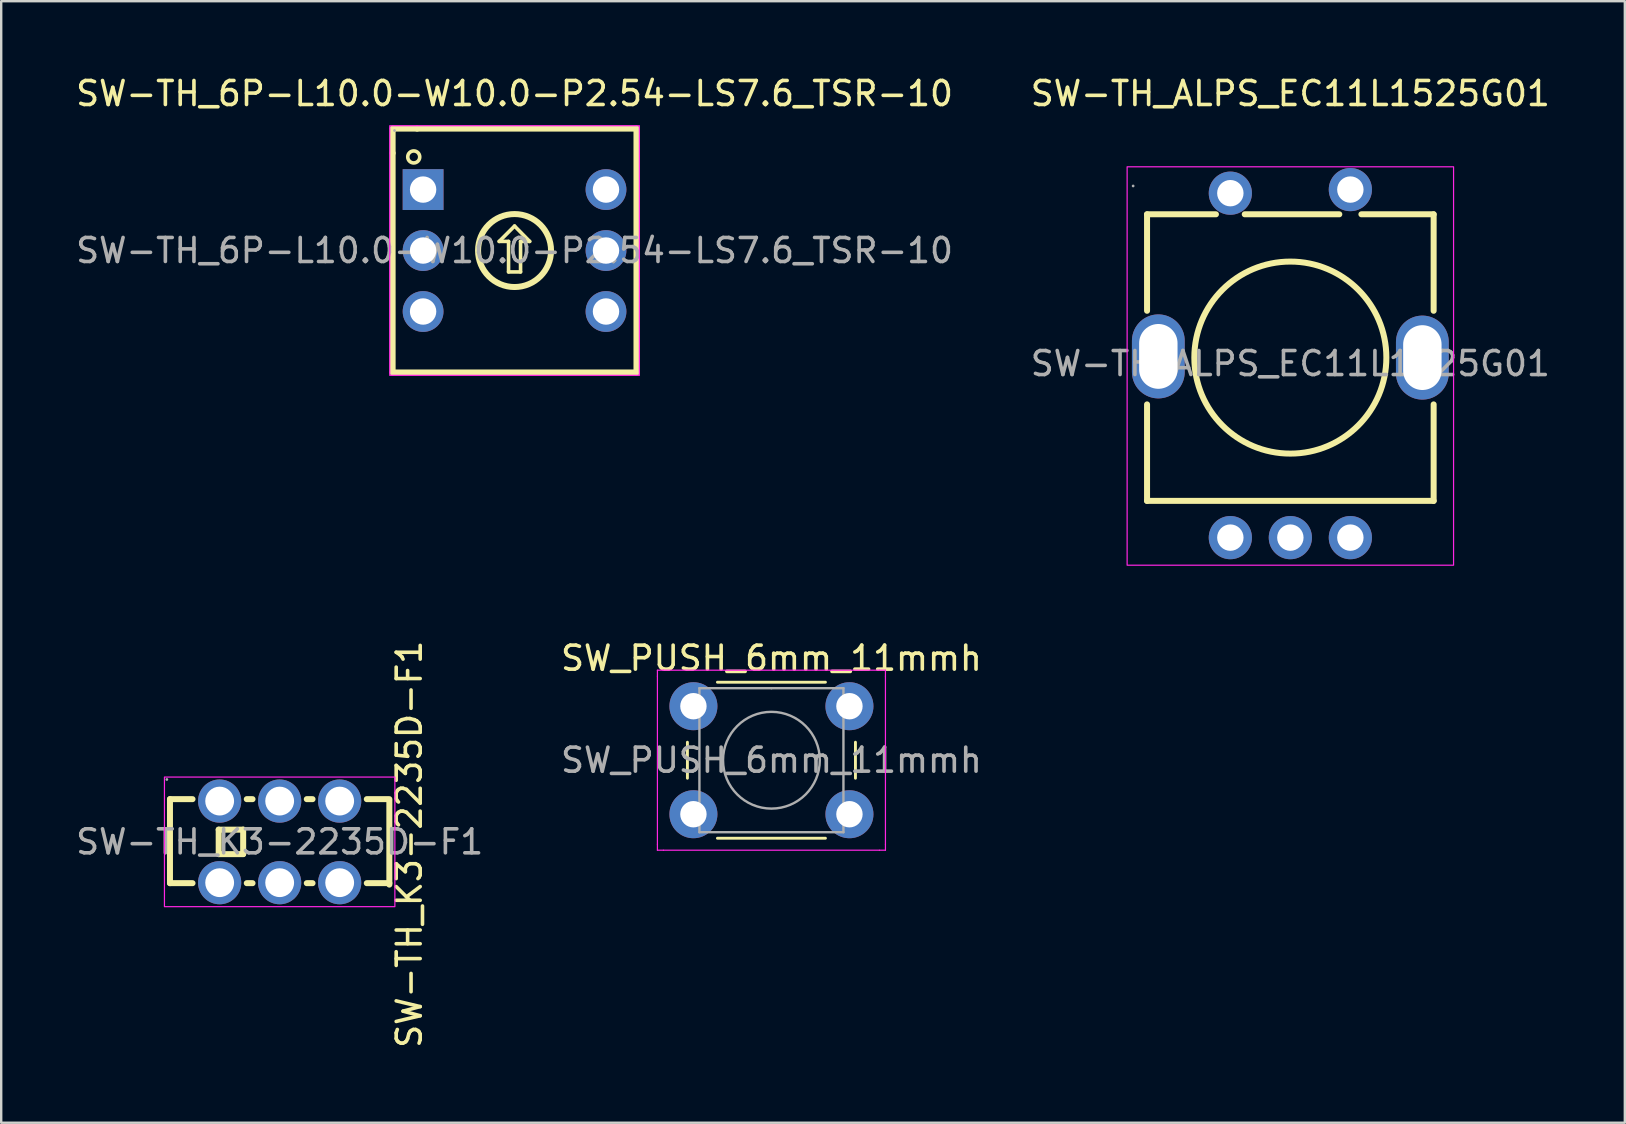
<source format=kicad_pcb>
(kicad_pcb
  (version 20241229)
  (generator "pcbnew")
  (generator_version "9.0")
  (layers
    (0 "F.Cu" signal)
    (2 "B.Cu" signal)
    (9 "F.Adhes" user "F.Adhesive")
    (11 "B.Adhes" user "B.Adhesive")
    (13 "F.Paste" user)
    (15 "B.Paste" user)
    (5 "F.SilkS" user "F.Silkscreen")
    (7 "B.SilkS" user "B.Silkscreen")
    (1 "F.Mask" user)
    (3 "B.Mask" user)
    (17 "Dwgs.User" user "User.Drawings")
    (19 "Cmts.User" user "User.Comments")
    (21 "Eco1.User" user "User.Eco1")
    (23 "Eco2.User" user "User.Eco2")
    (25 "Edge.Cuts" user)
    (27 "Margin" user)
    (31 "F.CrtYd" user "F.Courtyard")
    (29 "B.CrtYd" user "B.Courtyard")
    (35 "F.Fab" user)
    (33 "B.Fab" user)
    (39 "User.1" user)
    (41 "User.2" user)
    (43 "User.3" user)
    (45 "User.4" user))
  (footprint "SW-TH_K3-2235D-F1"
    (layer "F.Cu")
    (at 8.601 32.024)
    (property "Reference" "SW-TH_K3-2235D-F1" (at 5.4 0.1 90) (layer "F.SilkS") (effects (font (size 1 1) (thickness 0.15))))
    (attr through_hole)
    (fp_line (start -4.57 -1.78) (end -3.63 -1.78) (stroke (width 0.25) (type solid)) (layer "F.SilkS"))
    (fp_line (start -4.57 1.72) (end -4.57 -1.78) (stroke (width 0.25) (type solid)) (layer "F.SilkS"))
    (fp_line (start -4.57 1.72) (end -3.63 1.72) (stroke (width 0.25) (type solid)) (layer "F.SilkS"))
    (fp_line (start -2.54 -0.51) (end -1.52 -0.51) (stroke (width 0.25) (type solid)) (layer "F.SilkS"))
    (fp_line (start -2.54 0.51) (end -2.54 -0.51) (stroke (width 0.25) (type solid)) (layer "F.SilkS"))
    (fp_line (start -1.52 -0.51) (end -1.52 0.51) (stroke (width 0.25) (type solid)) (layer "F.SilkS"))
    (fp_line (start -1.52 0.51) (end -2.54 0.51) (stroke (width 0.25) (type solid)) (layer "F.SilkS"))
    (fp_line (start -1.37 -1.78) (end -1.13 -1.78) (stroke (width 0.25) (type solid)) (layer "F.SilkS"))
    (fp_line (start -1.37 1.72) (end -1.13 1.72) (stroke (width 0.25) (type solid)) (layer "F.SilkS"))
    (fp_line (start 1.13 -1.78) (end 1.37 -1.78) (stroke (width 0.25) (type solid)) (layer "F.SilkS"))
    (fp_line (start 1.13 1.72) (end 1.37 1.72) (stroke (width 0.25) (type solid)) (layer "F.SilkS"))
    (fp_line (start 3.63 -1.78) (end 4.57 -1.78) (stroke (width 0.25) (type solid)) (layer "F.SilkS"))
    (fp_line (start 3.63 1.72) (end 4.57 1.72) (stroke (width 0.25) (type solid)) (layer "F.SilkS"))
    (fp_line (start 4.57 -1.72) (end 4.57 1.78) (stroke (width 0.25) (type solid)) (layer "F.SilkS"))
    (fp_rect (start -4.8 -2.7) (end 4.8 2.7) (stroke (width 0.05) (type default)) (fill no) (layer "F.CrtYd"))
    (fp_circle (center -4.7 -2.6) (end -4.67 -2.6) (stroke (width 0.06) (type solid)) (fill no) (layer "F.Fab"))
    (fp_circle (center -2.5 -1.7) (end -2.25 -1.7) (stroke (width 0.5) (type solid)) (fill no) (layer "F.Fab"))
    (fp_circle (center -2.5 1.7) (end -2.25 1.7) (stroke (width 0.5) (type solid)) (fill no) (layer "F.Fab"))
    (fp_circle (center 0 -1.7) (end 0.25 -1.7) (stroke (width 0.5) (type solid)) (fill no) (layer "F.Fab"))
    (fp_circle (center 0 1.7) (end 0.25 1.7) (stroke (width 0.5) (type solid)) (fill no) (layer "F.Fab"))
    (fp_circle (center 2.5 -1.7) (end 2.75 -1.7) (stroke (width 0.5) (type solid)) (fill no) (layer "F.Fab"))
    (fp_circle (center 2.5 1.7) (end 2.75 1.7) (stroke (width 0.5) (type solid)) (fill no) (layer "F.Fab"))
    (fp_text user "${REFERENCE}" (at 0 0 0) (layer "F.Fab") (effects (font (size 1 1) (thickness 0.15))))
    (pad "1" thru_hole circle (at -2.5 -1.7 180) (size 1.8 1.8) (drill 1.2) (layers "*.Cu" "*.Paste" "*.Mask"))
    (pad "2" thru_hole circle (at 0 -1.7 180) (size 1.8 1.8) (drill 1.2) (layers "*.Cu" "*.Paste" "*.Mask"))
    (pad "3" thru_hole circle (at 2.5 -1.7 180) (size 1.8 1.8) (drill 1.2) (layers "*.Cu" "*.Paste" "*.Mask"))
    (pad "4" thru_hole circle (at -2.5 1.7 180) (size 1.8 1.8) (drill 1.2) (layers "*.Cu" "*.Paste" "*.Mask"))
    (pad "5" thru_hole circle (at 0 1.7 180) (size 1.8 1.8) (drill 1.2) (layers "*.Cu" "*.Paste" "*.Mask"))
    (pad "6" thru_hole circle (at 2.5 1.7 180) (size 1.8 1.8) (drill 1.2) (layers "*.Cu" "*.Paste" "*.Mask")))
  (footprint "SW-TH_6P-L10.0-W10.0-P2.54-LS7.6_TSR-10"
    (layer "F.Cu")
    (at 18.387 7.388)
    (property "Reference" "SW-TH_6P-L10.0-W10.0-P2.54-LS7.6_TSR-10" (at 0 -6.54 0) (layer "F.SilkS") (effects (font (size 1 1) (thickness 0.15))))
    (attr through_hole)
    (fp_line (start -5.08 -5.08) (end -5.08 -4.06) (stroke (width 0.25) (type solid)) (layer "F.SilkS"))
    (fp_line (start -5.08 -4.06) (end -5.08 5.08) (stroke (width 0.25) (type solid)) (layer "F.SilkS"))
    (fp_line (start -5.08 5.08) (end 5.08 5.08) (stroke (width 0.25) (type solid)) (layer "F.SilkS"))
    (fp_line (start -4.06 -5.08) (end -5.08 -5.08) (stroke (width 0.25) (type solid)) (layer "F.SilkS"))
    (fp_line (start -0.64 -0.38) (end -0.25 -0.38) (stroke (width 0.15) (type solid)) (layer "F.SilkS"))
    (fp_line (start -0.25 -0.38) (end -0.25 0.89) (stroke (width 0.15) (type solid)) (layer "F.SilkS"))
    (fp_line (start -0.25 0.89) (end 0.25 0.89) (stroke (width 0.15) (type solid)) (layer "F.SilkS"))
    (fp_line (start 0 -1.02) (end -0.64 -0.38) (stroke (width 0.15) (type solid)) (layer "F.SilkS"))
    (fp_line (start 0 -1.02) (end 0.63 -0.38) (stroke (width 0.15) (type solid)) (layer "F.SilkS"))
    (fp_line (start 0.25 0.89) (end 0.25 -0.38) (stroke (width 0.15) (type solid)) (layer "F.SilkS"))
    (fp_line (start 0.63 -0.38) (end 0.25 -0.38) (stroke (width 0.15) (type solid)) (layer "F.SilkS"))
    (fp_line (start 5.08 -5.08) (end -4.06 -5.08) (stroke (width 0.25) (type solid)) (layer "F.SilkS"))
    (fp_line (start 5.08 5.08) (end 5.08 -5.08) (stroke (width 0.25) (type solid)) (layer "F.SilkS"))
    (fp_circle (center -4.2 -3.9) (end -3.95 -3.9) (stroke (width 0.15) (type solid)) (fill no) (layer "F.SilkS"))
    (fp_circle (center 0 0) (end 1.52 0) (stroke (width 0.25) (type solid)) (fill no) (layer "F.SilkS"))
    (fp_rect (start -5.2 -5.2) (end 5.2 5.2) (stroke (width 0.05) (type default)) (fill no) (layer "F.CrtYd"))
    (fp_circle (center -5 -5) (end -4.97 -5) (stroke (width 0.06) (type solid)) (fill no) (layer "F.Fab"))
    (fp_text user "${REFERENCE}" (at 0 0 0) (layer "F.Fab") (effects (font (size 1 1) (thickness 0.15))))
    (pad "1" thru_hole rect (at -3.81 -2.54) (size 1.7 1.7) (drill 1.1) (layers "*.Cu" "*.Paste" "*.Mask"))
    (pad "2" thru_hole circle (at 3.81 2.54) (size 1.7 1.7) (drill 1.1) (layers "*.Cu" "*.Paste" "*.Mask"))
    (pad "4" thru_hole circle (at -3.81 2.54) (size 1.7 1.7) (drill 1.1) (layers "*.Cu" "*.Paste" "*.Mask"))
    (pad "8" thru_hole circle (at 3.81 -2.54) (size 1.7 1.7) (drill 1.1) (layers "*.Cu" "*.Paste" "*.Mask"))
    (pad "C" thru_hole circle (at -3.81 0) (size 1.7 1.7) (drill 1.1) (layers "*.Cu" "*.Paste" "*.Mask"))
    (pad "C" thru_hole circle (at 3.81 0) (size 1.7 1.7) (drill 1.1) (layers "*.Cu" "*.Paste" "*.Mask")))
  (footprint "SW_PUSH_6mm_11mmh"
    (layer "F.Cu")
    (at 29.089 28.622)
    (property "Reference" "SW_PUSH_6mm_11mmh" (at 0 -4.25 0) (layer "F.SilkS") (effects (font (size 1 1) (thickness 0.15))))
    (attr through_hole)
    (fp_line (start -3.5 -0.75) (end -3.5 0.75) (stroke (width 0.12) (type solid)) (layer "F.SilkS"))
    (fp_line (start -2.25 3.25) (end 2.25 3.25) (stroke (width 0.12) (type solid)) (layer "F.SilkS"))
    (fp_line (start 2.25 -3.25) (end -2.25 -3.25) (stroke (width 0.12) (type solid)) (layer "F.SilkS"))
    (fp_line (start 3.5 0.75) (end 3.5 -0.75) (stroke (width 0.12) (type solid)) (layer "F.SilkS"))
    (fp_line (start -4.75 -3.75) (end -4.5 -3.75) (stroke (width 0.05) (type solid)) (layer "F.CrtYd"))
    (fp_line (start -4.75 -3.5) (end -4.75 -3.75) (stroke (width 0.05) (type solid)) (layer "F.CrtYd"))
    (fp_line (start -4.75 3.5) (end -4.75 -3.5) (stroke (width 0.05) (type solid)) (layer "F.CrtYd"))
    (fp_line (start -4.75 3.5) (end -4.75 3.75) (stroke (width 0.05) (type solid)) (layer "F.CrtYd"))
    (fp_line (start -4.75 3.75) (end -4.5 3.75) (stroke (width 0.05) (type solid)) (layer "F.CrtYd"))
    (fp_line (start -4.5 -3.75) (end 4.5 -3.75) (stroke (width 0.05) (type solid)) (layer "F.CrtYd"))
    (fp_line (start 4.5 -3.75) (end 4.75 -3.75) (stroke (width 0.05) (type solid)) (layer "F.CrtYd"))
    (fp_line (start 4.5 3.75) (end -4.5 3.75) (stroke (width 0.05) (type solid)) (layer "F.CrtYd"))
    (fp_line (start 4.5 3.75) (end 4.75 3.75) (stroke (width 0.05) (type solid)) (layer "F.CrtYd"))
    (fp_line (start 4.75 -3.75) (end 4.75 -3.5) (stroke (width 0.05) (type solid)) (layer "F.CrtYd"))
    (fp_line (start 4.75 -3.5) (end 4.75 3.5) (stroke (width 0.05) (type solid)) (layer "F.CrtYd"))
    (fp_line (start 4.75 3.75) (end 4.75 3.5) (stroke (width 0.05) (type solid)) (layer "F.CrtYd"))
    (fp_line (start -3 -3) (end 0 -3) (stroke (width 0.1) (type solid)) (layer "F.Fab"))
    (fp_line (start -3 3) (end -3 -3) (stroke (width 0.1) (type solid)) (layer "F.Fab"))
    (fp_line (start 0 -3) (end 3 -3) (stroke (width 0.1) (type solid)) (layer "F.Fab"))
    (fp_line (start 3 -3) (end 3 3) (stroke (width 0.1) (type solid)) (layer "F.Fab"))
    (fp_line (start 3 3) (end -3 3) (stroke (width 0.1) (type solid)) (layer "F.Fab"))
    (fp_circle (center 0 0) (end -2 0.25) (stroke (width 0.1) (type solid)) (fill no) (layer "F.Fab"))
    (fp_text user "${REFERENCE}" (at 0 0 0) (layer "F.Fab") (effects (font (size 1 1) (thickness 0.15))))
    (pad "1" thru_hole circle (at -3.25 -2.25 90) (size 2 2) (drill 1.1) (layers "*.Cu" "*.Mask"))
    (pad "1" thru_hole circle (at 3.25 -2.25 90) (size 2 2) (drill 1.1) (layers "*.Cu" "*.Mask"))
    (pad "2" thru_hole circle (at -3.25 2.25 90) (size 2 2) (drill 1.1) (layers "*.Cu" "*.Mask"))
    (pad "2" thru_hole circle (at 3.25 2.25 90) (size 2 2) (drill 1.1) (layers "*.Cu" "*.Mask")))
  (footprint "SW-TH_ALPS_EC11L1525G01"
    (layer "F.Cu")
    (at 50.708 12.098)
    (property "Reference" "SW-TH_ALPS_EC11L1525G01" (at 0 -11.25 0) (layer "F.SilkS") (effects (font (size 1 1) (thickness 0.15))))
    (attr smd)
    (fp_line (start -5.97 -6.22) (end -5.97 -2.2) (stroke (width 0.25) (type solid)) (layer "F.SilkS"))
    (fp_line (start -5.97 1.7) (end -5.97 5.72) (stroke (width 0.25) (type solid)) (layer "F.SilkS"))
    (fp_line (start -5.97 5.72) (end 5.97 5.72) (stroke (width 0.25) (type solid)) (layer "F.SilkS"))
    (fp_line (start -3.1 -6.22) (end -5.97 -6.22) (stroke (width 0.25) (type solid)) (layer "F.SilkS"))
    (fp_line (start 2.04 -6.22) (end -1.9 -6.22) (stroke (width 0.25) (type solid)) (layer "F.SilkS"))
    (fp_line (start 5.97 -6.22) (end 2.96 -6.22) (stroke (width 0.25) (type solid)) (layer "F.SilkS"))
    (fp_line (start 5.97 -2.2) (end 5.97 -6.22) (stroke (width 0.25) (type solid)) (layer "F.SilkS"))
    (fp_line (start 5.97 5.72) (end 5.97 1.7) (stroke (width 0.25) (type solid)) (layer "F.SilkS"))
    (fp_circle (center 0 -0.25) (end 4 -0.25) (stroke (width 0.25) (type solid)) (fill no) (layer "F.SilkS"))
    (fp_rect (start 6.8 8.4) (end -6.8 -8.2) (stroke (width 0.05) (type default)) (fill no) (layer "F.CrtYd"))
    (fp_circle (center -6.55 -7.4) (end -6.52 -7.4) (stroke (width 0.06) (type solid)) (fill no) (layer "F.Fab"))
    (fp_text user "${REFERENCE}" (at 0 0 0) (layer "F.Fab") (effects (font (size 1 1) (thickness 0.15))))
    (pad "6" thru_hole oval (at -5.5 -0.3) (size 2.2 3.5) (drill oval 1.6 2.7) (layers "*.Cu" "*.Paste" "*.Mask"))
    (pad "7" thru_hole oval (at 5.5 -0.25) (size 2.2 3.5) (drill oval 1.6 2.7) (layers "*.Cu" "*.Paste" "*.Mask"))
    (pad "A" thru_hole circle (at -2.5 7.25) (size 1.8 1.8) (drill 1.1) (layers "*.Cu" "*.Paste" "*.Mask"))
    (pad "B" thru_hole circle (at 2.5 7.25) (size 1.8 1.8) (drill 1.1) (layers "*.Cu" "*.Paste" "*.Mask"))
    (pad "C" thru_hole circle (at 0 7.25) (size 1.8 1.8) (drill 1.1) (layers "*.Cu" "*.Paste" "*.Mask"))
    (pad "D" thru_hole circle (at -2.5 -7.1) (size 1.8 1.8) (drill 1.1) (layers "*.Cu" "*.Paste" "*.Mask"))
    (pad "E" thru_hole circle (at 2.5 -7.25) (size 1.8 1.8) (drill 1.1) (layers "*.Cu" "*.Paste" "*.Mask")))
  (gr_rect
    (start -3 -3)
    (end 64.643 43.726)
    (stroke (width 0.1) (type default))
    (fill no)
    (layer "Edge.Cuts")))
</source>
